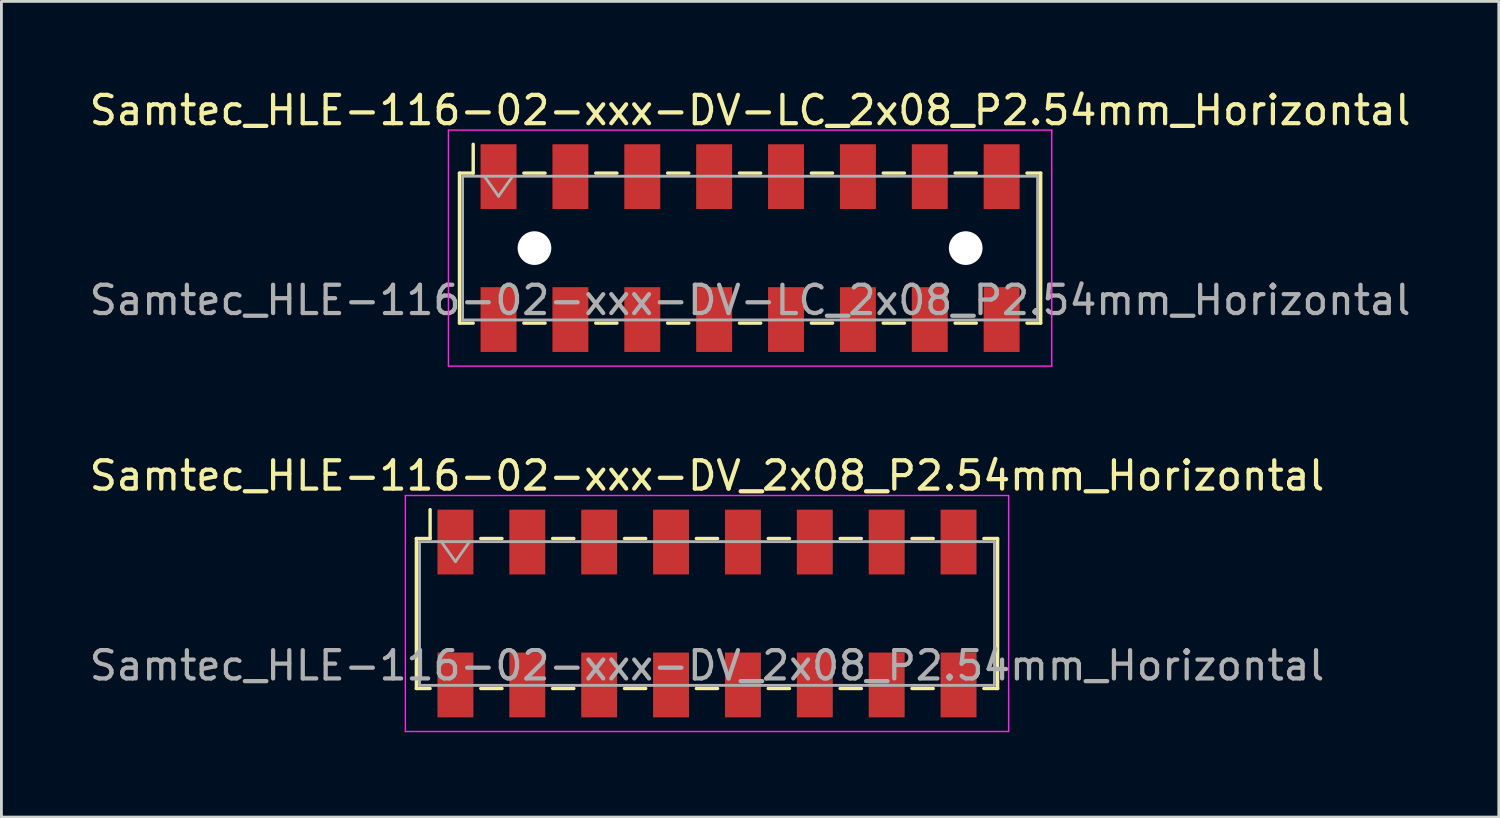
<source format=kicad_pcb>
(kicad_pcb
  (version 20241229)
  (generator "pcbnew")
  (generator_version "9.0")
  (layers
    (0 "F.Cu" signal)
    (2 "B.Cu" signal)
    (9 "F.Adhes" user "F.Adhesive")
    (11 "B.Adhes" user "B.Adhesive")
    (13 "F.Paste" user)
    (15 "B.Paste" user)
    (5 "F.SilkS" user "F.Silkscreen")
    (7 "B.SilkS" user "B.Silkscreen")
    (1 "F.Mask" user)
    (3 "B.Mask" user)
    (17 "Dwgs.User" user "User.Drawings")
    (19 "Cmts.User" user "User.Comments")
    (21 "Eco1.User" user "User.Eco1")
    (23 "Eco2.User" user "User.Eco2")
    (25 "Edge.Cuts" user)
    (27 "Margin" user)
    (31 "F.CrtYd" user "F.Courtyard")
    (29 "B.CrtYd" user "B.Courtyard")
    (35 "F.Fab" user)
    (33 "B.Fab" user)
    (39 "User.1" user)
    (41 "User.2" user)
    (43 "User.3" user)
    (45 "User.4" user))
  (footprint "Samtec_HLE-116-02-xxx-DV-LC_2x08_P2.54mm_Horizontal"
    (layer "F.Cu")
    (at 23.458 5.718)
    (property "Reference" "Samtec_HLE-116-02-xxx-DV-LC_2x08_P2.54mm_Horizontal" (at 0 -4.87 0) (layer "F.SilkS") (effects (font (size 1 1) (thickness 0.15))))
    (attr smd)
    (fp_line (start -10.27 -2.65) (end -10.27 2.65) (stroke (width 0.12) (type solid)) (layer "F.SilkS"))
    (fp_line (start -10.27 2.65) (end -9.785 2.65) (stroke (width 0.12) (type solid)) (layer "F.SilkS"))
    (fp_line (start -9.785 -3.67) (end -9.785 -2.65) (stroke (width 0.12) (type solid)) (layer "F.SilkS"))
    (fp_line (start -9.785 -2.65) (end -10.27 -2.65) (stroke (width 0.12) (type solid)) (layer "F.SilkS"))
    (fp_line (start -7.995 -2.65) (end -7.245 -2.65) (stroke (width 0.12) (type solid)) (layer "F.SilkS"))
    (fp_line (start -7.995 2.65) (end -7.245 2.65) (stroke (width 0.12) (type solid)) (layer "F.SilkS"))
    (fp_line (start -5.455 -2.65) (end -4.705 -2.65) (stroke (width 0.12) (type solid)) (layer "F.SilkS"))
    (fp_line (start -5.455 2.65) (end -4.705 2.65) (stroke (width 0.12) (type solid)) (layer "F.SilkS"))
    (fp_line (start -2.915 -2.65) (end -2.165 -2.65) (stroke (width 0.12) (type solid)) (layer "F.SilkS"))
    (fp_line (start -2.915 2.65) (end -2.165 2.65) (stroke (width 0.12) (type solid)) (layer "F.SilkS"))
    (fp_line (start -0.375 -2.65) (end 0.375 -2.65) (stroke (width 0.12) (type solid)) (layer "F.SilkS"))
    (fp_line (start -0.375 2.65) (end 0.375 2.65) (stroke (width 0.12) (type solid)) (layer "F.SilkS"))
    (fp_line (start 2.165 -2.65) (end 2.915 -2.65) (stroke (width 0.12) (type solid)) (layer "F.SilkS"))
    (fp_line (start 2.165 2.65) (end 2.915 2.65) (stroke (width 0.12) (type solid)) (layer "F.SilkS"))
    (fp_line (start 4.705 -2.65) (end 5.455 -2.65) (stroke (width 0.12) (type solid)) (layer "F.SilkS"))
    (fp_line (start 4.705 2.65) (end 5.455 2.65) (stroke (width 0.12) (type solid)) (layer "F.SilkS"))
    (fp_line (start 7.245 -2.65) (end 7.995 -2.65) (stroke (width 0.12) (type solid)) (layer "F.SilkS"))
    (fp_line (start 7.245 2.65) (end 7.995 2.65) (stroke (width 0.12) (type solid)) (layer "F.SilkS"))
    (fp_line (start 9.785 -2.65) (end 10.27 -2.65) (stroke (width 0.12) (type solid)) (layer "F.SilkS"))
    (fp_line (start 10.27 -2.65) (end 10.27 2.65) (stroke (width 0.12) (type solid)) (layer "F.SilkS"))
    (fp_line (start 10.27 2.65) (end 9.785 2.65) (stroke (width 0.12) (type solid)) (layer "F.SilkS"))
    (fp_line (start -10.66 -4.17) (end 10.66 -4.17) (stroke (width 0.05) (type solid)) (layer "F.CrtYd"))
    (fp_line (start -10.66 4.17) (end -10.66 -4.17) (stroke (width 0.05) (type solid)) (layer "F.CrtYd"))
    (fp_line (start 10.66 -4.17) (end 10.66 4.17) (stroke (width 0.05) (type solid)) (layer "F.CrtYd"))
    (fp_line (start 10.66 4.17) (end -10.66 4.17) (stroke (width 0.05) (type solid)) (layer "F.CrtYd"))
    (fp_line (start -10.16 -2.54) (end 10.16 -2.54) (stroke (width 0.1) (type solid)) (layer "F.Fab"))
    (fp_line (start -10.16 2.54) (end -10.16 -2.54) (stroke (width 0.1) (type solid)) (layer "F.Fab"))
    (fp_line (start -9.39 -2.54) (end -8.89 -1.833) (stroke (width 0.1) (type solid)) (layer "F.Fab"))
    (fp_line (start -8.89 -1.833) (end -8.39 -2.54) (stroke (width 0.1) (type solid)) (layer "F.Fab"))
    (fp_line (start 10.16 -2.54) (end 10.16 2.54) (stroke (width 0.1) (type solid)) (layer "F.Fab"))
    (fp_line (start 10.16 2.54) (end -10.16 2.54) (stroke (width 0.1) (type solid)) (layer "F.Fab"))
    (fp_text user "${REFERENCE}" (at 0 1.84 0) (layer "F.Fab") (effects (font (size 1 1) (thickness 0.15))))
    (pad "" np_thru_hole circle (at -7.62 0) (size 1.19 1.19) (drill 1.19) (layers "*.Cu" "*.Mask"))
    (pad "" np_thru_hole circle (at 7.62 0) (size 1.19 1.19) (drill 1.19) (layers "*.Cu" "*.Mask"))
    (pad "1" smd rect (at -8.89 -2.525) (size 1.27 2.29) (layers "F.Cu" "F.Mask" "F.Paste"))
    (pad "2" smd rect (at -8.89 2.525) (size 1.27 2.29) (layers "F.Cu" "F.Mask" "F.Paste"))
    (pad "3" smd rect (at -6.35 -2.525) (size 1.27 2.29) (layers "F.Cu" "F.Mask" "F.Paste"))
    (pad "4" smd rect (at -6.35 2.525) (size 1.27 2.29) (layers "F.Cu" "F.Mask" "F.Paste"))
    (pad "5" smd rect (at -3.81 -2.525) (size 1.27 2.29) (layers "F.Cu" "F.Mask" "F.Paste"))
    (pad "6" smd rect (at -3.81 2.525) (size 1.27 2.29) (layers "F.Cu" "F.Mask" "F.Paste"))
    (pad "7" smd rect (at -1.27 -2.525) (size 1.27 2.29) (layers "F.Cu" "F.Mask" "F.Paste"))
    (pad "8" smd rect (at -1.27 2.525) (size 1.27 2.29) (layers "F.Cu" "F.Mask" "F.Paste"))
    (pad "9" smd rect (at 1.27 -2.525) (size 1.27 2.29) (layers "F.Cu" "F.Mask" "F.Paste"))
    (pad "10" smd rect (at 1.27 2.525) (size 1.27 2.29) (layers "F.Cu" "F.Mask" "F.Paste"))
    (pad "11" smd rect (at 3.81 -2.525) (size 1.27 2.29) (layers "F.Cu" "F.Mask" "F.Paste"))
    (pad "12" smd rect (at 3.81 2.525) (size 1.27 2.29) (layers "F.Cu" "F.Mask" "F.Paste"))
    (pad "13" smd rect (at 6.35 -2.525) (size 1.27 2.29) (layers "F.Cu" "F.Mask" "F.Paste"))
    (pad "14" smd rect (at 6.35 2.525) (size 1.27 2.29) (layers "F.Cu" "F.Mask" "F.Paste"))
    (pad "15" smd rect (at 8.89 -2.525) (size 1.27 2.29) (layers "F.Cu" "F.Mask" "F.Paste"))
    (pad "16" smd rect (at 8.89 2.525) (size 1.27 2.29) (layers "F.Cu" "F.Mask" "F.Paste")))
  (footprint "Samtec_HLE-116-02-xxx-DV_2x08_P2.54mm_Horizontal"
    (layer "F.Cu")
    (at 21.935 18.631)
    (property "Reference" "Samtec_HLE-116-02-xxx-DV_2x08_P2.54mm_Horizontal" (at 0 -4.87 0) (layer "F.SilkS") (effects (font (size 1 1) (thickness 0.15))))
    (attr smd)
    (fp_line (start -10.27 -2.65) (end -10.27 2.65) (stroke (width 0.12) (type solid)) (layer "F.SilkS"))
    (fp_line (start -10.27 2.65) (end -9.785 2.65) (stroke (width 0.12) (type solid)) (layer "F.SilkS"))
    (fp_line (start -9.785 -3.67) (end -9.785 -2.65) (stroke (width 0.12) (type solid)) (layer "F.SilkS"))
    (fp_line (start -9.785 -2.65) (end -10.27 -2.65) (stroke (width 0.12) (type solid)) (layer "F.SilkS"))
    (fp_line (start -7.995 -2.65) (end -7.245 -2.65) (stroke (width 0.12) (type solid)) (layer "F.SilkS"))
    (fp_line (start -7.995 2.65) (end -7.245 2.65) (stroke (width 0.12) (type solid)) (layer "F.SilkS"))
    (fp_line (start -5.455 -2.65) (end -4.705 -2.65) (stroke (width 0.12) (type solid)) (layer "F.SilkS"))
    (fp_line (start -5.455 2.65) (end -4.705 2.65) (stroke (width 0.12) (type solid)) (layer "F.SilkS"))
    (fp_line (start -2.915 -2.65) (end -2.165 -2.65) (stroke (width 0.12) (type solid)) (layer "F.SilkS"))
    (fp_line (start -2.915 2.65) (end -2.165 2.65) (stroke (width 0.12) (type solid)) (layer "F.SilkS"))
    (fp_line (start -0.375 -2.65) (end 0.375 -2.65) (stroke (width 0.12) (type solid)) (layer "F.SilkS"))
    (fp_line (start -0.375 2.65) (end 0.375 2.65) (stroke (width 0.12) (type solid)) (layer "F.SilkS"))
    (fp_line (start 2.165 -2.65) (end 2.915 -2.65) (stroke (width 0.12) (type solid)) (layer "F.SilkS"))
    (fp_line (start 2.165 2.65) (end 2.915 2.65) (stroke (width 0.12) (type solid)) (layer "F.SilkS"))
    (fp_line (start 4.705 -2.65) (end 5.455 -2.65) (stroke (width 0.12) (type solid)) (layer "F.SilkS"))
    (fp_line (start 4.705 2.65) (end 5.455 2.65) (stroke (width 0.12) (type solid)) (layer "F.SilkS"))
    (fp_line (start 7.245 -2.65) (end 7.995 -2.65) (stroke (width 0.12) (type solid)) (layer "F.SilkS"))
    (fp_line (start 7.245 2.65) (end 7.995 2.65) (stroke (width 0.12) (type solid)) (layer "F.SilkS"))
    (fp_line (start 9.785 -2.65) (end 10.27 -2.65) (stroke (width 0.12) (type solid)) (layer "F.SilkS"))
    (fp_line (start 10.27 -2.65) (end 10.27 2.65) (stroke (width 0.12) (type solid)) (layer "F.SilkS"))
    (fp_line (start 10.27 2.65) (end 9.785 2.65) (stroke (width 0.12) (type solid)) (layer "F.SilkS"))
    (fp_line (start -10.66 -4.17) (end 10.66 -4.17) (stroke (width 0.05) (type solid)) (layer "F.CrtYd"))
    (fp_line (start -10.66 4.17) (end -10.66 -4.17) (stroke (width 0.05) (type solid)) (layer "F.CrtYd"))
    (fp_line (start 10.66 -4.17) (end 10.66 4.17) (stroke (width 0.05) (type solid)) (layer "F.CrtYd"))
    (fp_line (start 10.66 4.17) (end -10.66 4.17) (stroke (width 0.05) (type solid)) (layer "F.CrtYd"))
    (fp_line (start -10.16 -2.54) (end 10.16 -2.54) (stroke (width 0.1) (type solid)) (layer "F.Fab"))
    (fp_line (start -10.16 2.54) (end -10.16 -2.54) (stroke (width 0.1) (type solid)) (layer "F.Fab"))
    (fp_line (start -9.39 -2.54) (end -8.89 -1.833) (stroke (width 0.1) (type solid)) (layer "F.Fab"))
    (fp_line (start -8.89 -1.833) (end -8.39 -2.54) (stroke (width 0.1) (type solid)) (layer "F.Fab"))
    (fp_line (start 10.16 -2.54) (end 10.16 2.54) (stroke (width 0.1) (type solid)) (layer "F.Fab"))
    (fp_line (start 10.16 2.54) (end -10.16 2.54) (stroke (width 0.1) (type solid)) (layer "F.Fab"))
    (fp_text user "${REFERENCE}" (at 0 1.84 0) (layer "F.Fab") (effects (font (size 1 1) (thickness 0.15))))
    (pad "1" smd rect (at -8.89 -2.525) (size 1.27 2.29) (layers "F.Cu" "F.Mask" "F.Paste"))
    (pad "2" smd rect (at -8.89 2.525) (size 1.27 2.29) (layers "F.Cu" "F.Mask" "F.Paste"))
    (pad "3" smd rect (at -6.35 -2.525) (size 1.27 2.29) (layers "F.Cu" "F.Mask" "F.Paste"))
    (pad "4" smd rect (at -6.35 2.525) (size 1.27 2.29) (layers "F.Cu" "F.Mask" "F.Paste"))
    (pad "5" smd rect (at -3.81 -2.525) (size 1.27 2.29) (layers "F.Cu" "F.Mask" "F.Paste"))
    (pad "6" smd rect (at -3.81 2.525) (size 1.27 2.29) (layers "F.Cu" "F.Mask" "F.Paste"))
    (pad "7" smd rect (at -1.27 -2.525) (size 1.27 2.29) (layers "F.Cu" "F.Mask" "F.Paste"))
    (pad "8" smd rect (at -1.27 2.525) (size 1.27 2.29) (layers "F.Cu" "F.Mask" "F.Paste"))
    (pad "9" smd rect (at 1.27 -2.525) (size 1.27 2.29) (layers "F.Cu" "F.Mask" "F.Paste"))
    (pad "10" smd rect (at 1.27 2.525) (size 1.27 2.29) (layers "F.Cu" "F.Mask" "F.Paste"))
    (pad "11" smd rect (at 3.81 -2.525) (size 1.27 2.29) (layers "F.Cu" "F.Mask" "F.Paste"))
    (pad "12" smd rect (at 3.81 2.525) (size 1.27 2.29) (layers "F.Cu" "F.Mask" "F.Paste"))
    (pad "13" smd rect (at 6.35 -2.525) (size 1.27 2.29) (layers "F.Cu" "F.Mask" "F.Paste"))
    (pad "14" smd rect (at 6.35 2.525) (size 1.27 2.29) (layers "F.Cu" "F.Mask" "F.Paste"))
    (pad "15" smd rect (at 8.89 -2.525) (size 1.27 2.29) (layers "F.Cu" "F.Mask" "F.Paste"))
    (pad "16" smd rect (at 8.89 2.525) (size 1.27 2.29) (layers "F.Cu" "F.Mask" "F.Paste")))
  (gr_rect
    (start -3 -3)
    (end 49.917 25.826)
    (stroke (width 0.1) (type default))
    (fill no)
    (layer "Edge.Cuts")))
</source>
